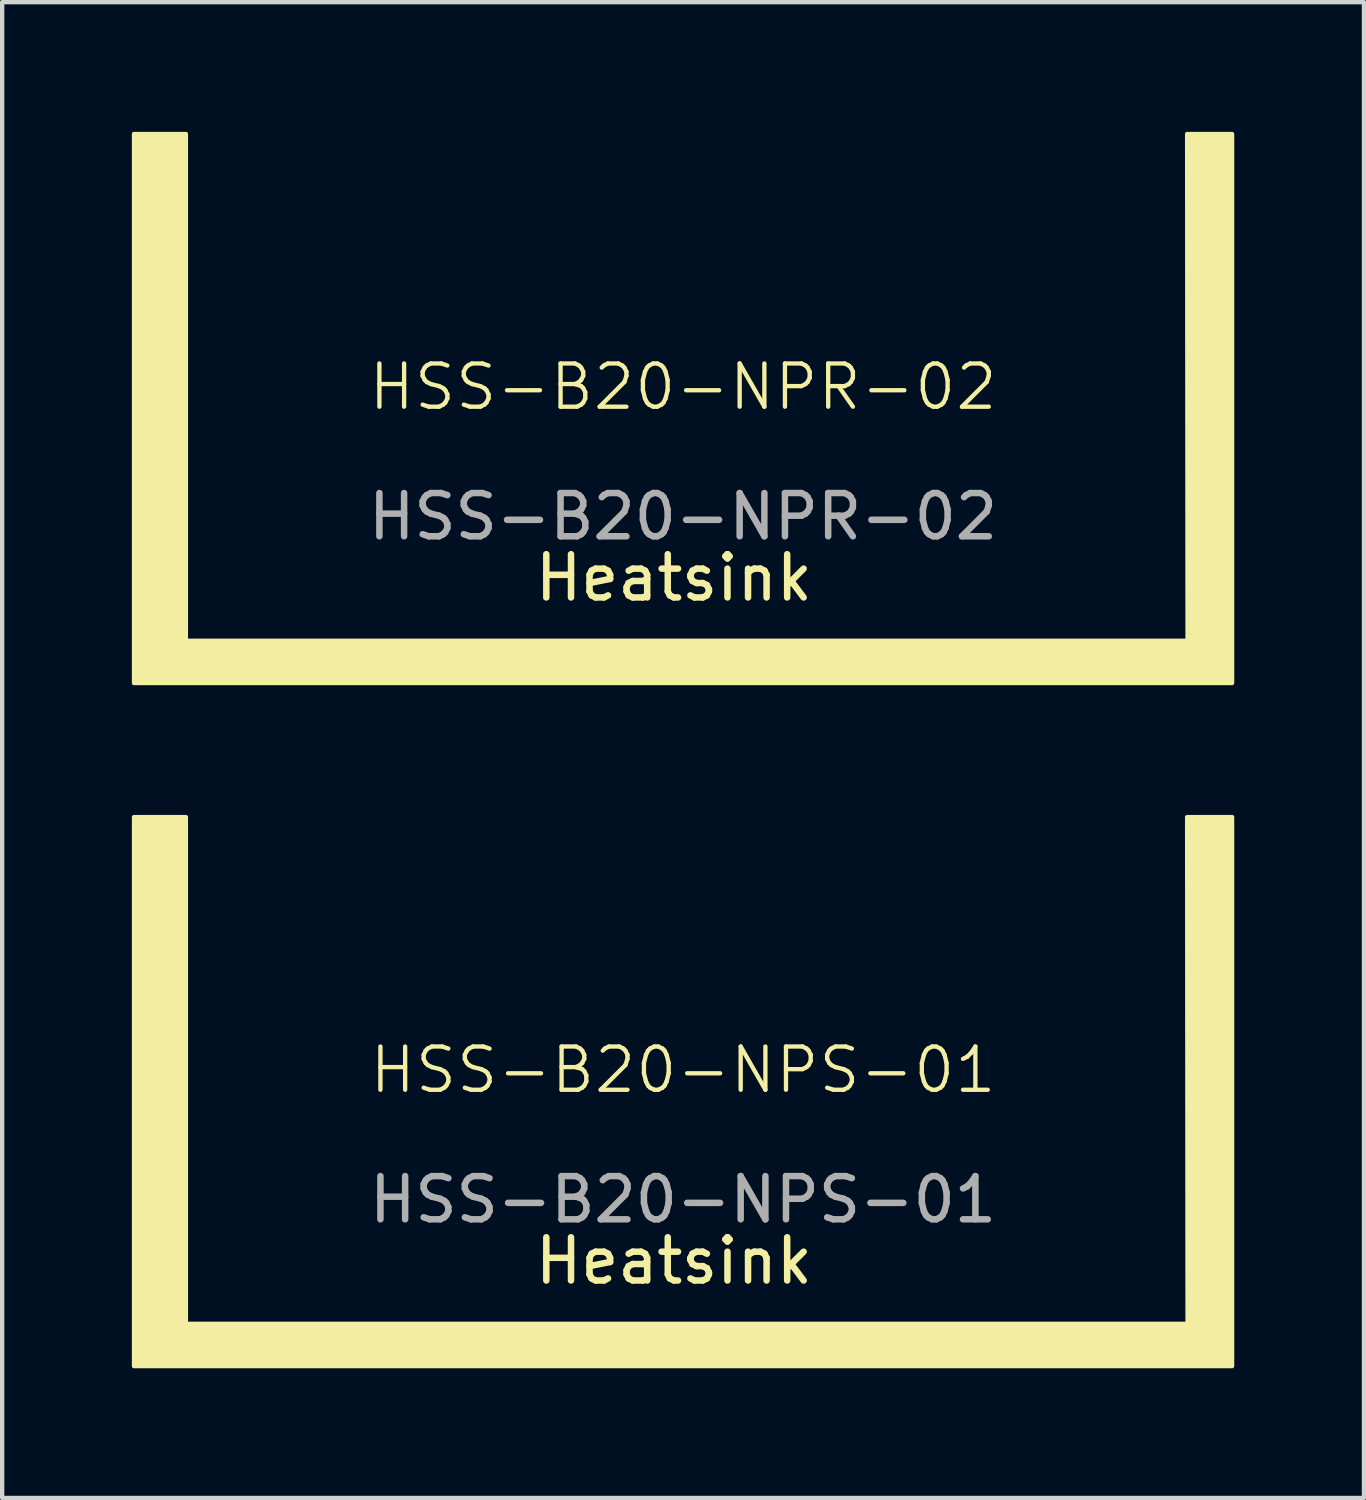
<source format=kicad_pcb>
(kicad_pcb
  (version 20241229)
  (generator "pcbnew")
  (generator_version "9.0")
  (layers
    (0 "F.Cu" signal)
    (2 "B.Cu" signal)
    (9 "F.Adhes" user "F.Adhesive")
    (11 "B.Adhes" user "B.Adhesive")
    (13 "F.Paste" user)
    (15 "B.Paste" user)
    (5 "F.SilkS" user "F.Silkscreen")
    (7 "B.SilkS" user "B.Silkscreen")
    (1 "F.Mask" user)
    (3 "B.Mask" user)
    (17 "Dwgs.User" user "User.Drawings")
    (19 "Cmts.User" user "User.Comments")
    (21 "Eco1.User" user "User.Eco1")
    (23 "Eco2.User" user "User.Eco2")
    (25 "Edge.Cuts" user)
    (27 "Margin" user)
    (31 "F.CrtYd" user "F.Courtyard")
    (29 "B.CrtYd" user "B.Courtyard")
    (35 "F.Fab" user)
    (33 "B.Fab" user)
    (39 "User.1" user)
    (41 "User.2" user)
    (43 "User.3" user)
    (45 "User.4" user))
  (footprint "HSS-B20-NPS-01"
    (layer "F.Cu")
    (at 12.75 22.2)
    (property "Reference" "HSS-B20-NPS-01" (at 0 -0.5 0) (unlocked yes) (layer "F.SilkS") (effects (font (size 1 1) (thickness 0.1))))
    (attr board_only exclude_from_pos_files exclude_from_bom)
    (fp_poly (pts (xy 12.7 -6.35) (xy 12.7 6.35) (xy -12.7 6.35) (xy -12.7 -6.35) (xy -11.5 -6.35) (xy -11.5 5.372) (xy 11.67 5.372) (xy 11.66 -6.35)) (stroke (width 0.1) (type solid)) (fill yes) (layer "F.SilkS"))
    (fp_text user "Heatsink" (at -3.5 4.5 0) (unlocked yes) (layer "F.SilkS") (effects (font (size 1 1) (thickness 0.15)) (justify left bottom)))
    (fp_text user "${REFERENCE}" (at 0 2.5 0) (unlocked yes) (layer "F.Fab") (effects (font (size 1 1) (thickness 0.15)))))
  (footprint "HSS-B20-NPR-02"
    (layer "F.Cu")
    (at 12.75 6.4)
    (property "Reference" "HSS-B20-NPR-02" (at 0 -0.5 0) (unlocked yes) (layer "F.SilkS") (effects (font (size 1 1) (thickness 0.1))))
    (attr board_only exclude_from_pos_files exclude_from_bom)
    (fp_poly (pts (xy 12.7 -6.35) (xy 12.7 6.35) (xy -12.7 6.35) (xy -12.7 -6.35) (xy -11.5 -6.35) (xy -11.5 5.372) (xy 11.67 5.372) (xy 11.66 -6.35)) (stroke (width 0.1) (type solid)) (fill yes) (layer "F.SilkS"))
    (fp_text user "Heatsink" (at -3.5 4.5 0) (unlocked yes) (layer "F.SilkS") (effects (font (size 1 1) (thickness 0.15)) (justify left bottom)))
    (fp_text user "${REFERENCE}" (at 0 2.5 0) (unlocked yes) (layer "F.Fab") (effects (font (size 1 1) (thickness 0.15)))))
  (gr_rect
    (start -3 -3)
    (end 28.5 31.6)
    (stroke (width 0.1) (type default))
    (fill no)
    (layer "Edge.Cuts")))
</source>
